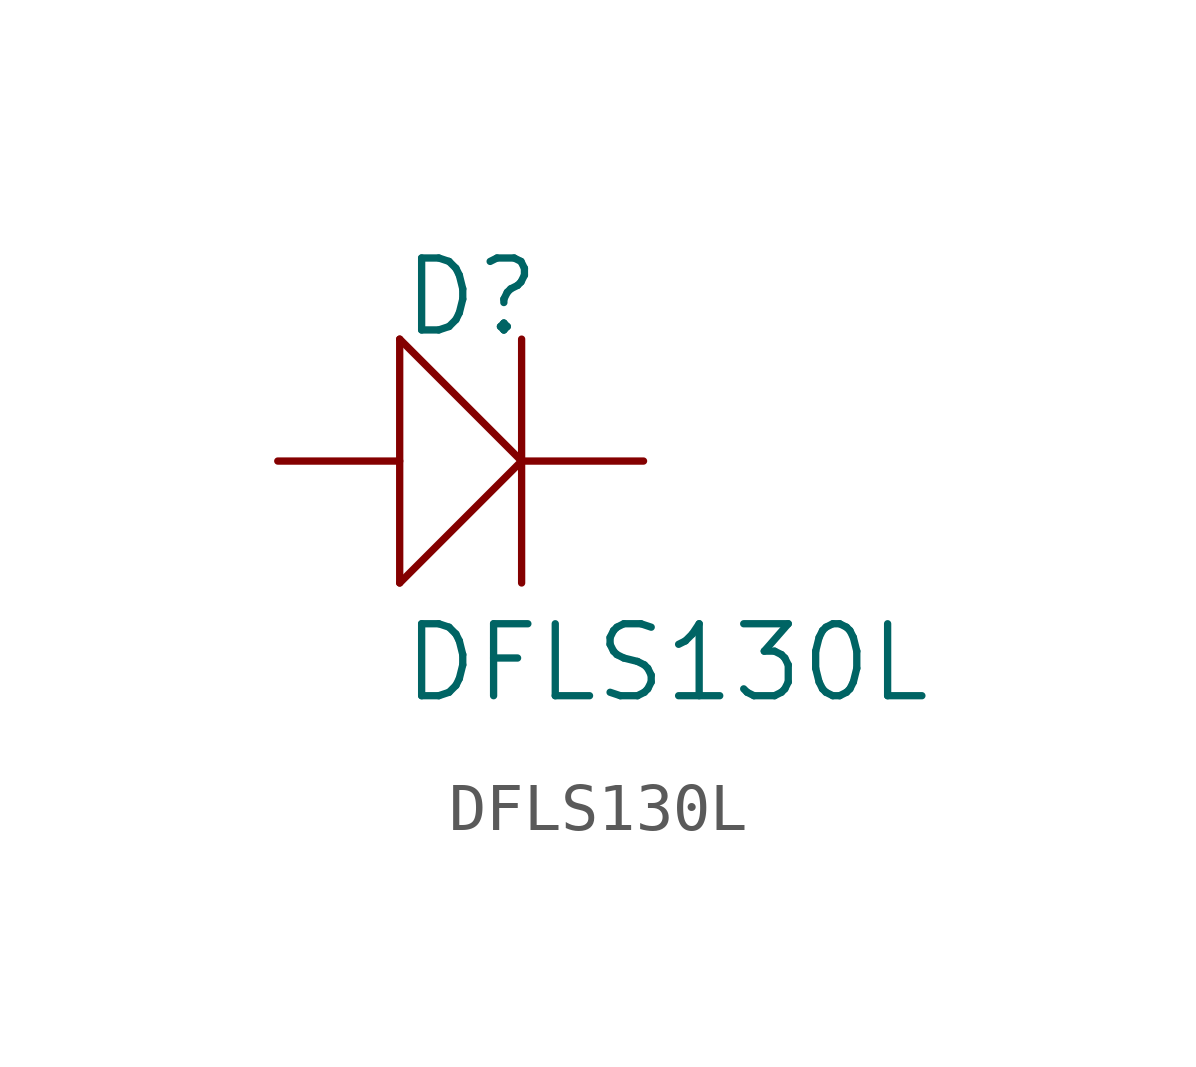
<source format=kicad_sym>
(kicad_symbol_lib
  (version 20211014)
  (generator kicad_symbol_editor)
  (symbol "DFLS130L"
    (pin_names
      (offset 1.016))
    (property "Reference" "D"
      (at 0 2.54 0)
      (effects (font (size 1.499 1.499)) (justify left bottom)))
    (property "Value" "DFLS130L"
      (at 0 -5.08 0)
      (effects (font (size 1.499 1.499)) (justify left bottom)))
    (property "ki_locked" ""
      (at 0 0 0)
      (effects (font (size 1.27 1.27))))
    (symbol "DFLS130L_1_0"
      (polyline (pts (xy 0 -2.54) (xy 2.54 0)) (stroke (width 0) (type default) (color 0 0 0 0)) (fill (type none)))
      (polyline (pts (xy 0 2.54) (xy 0 -2.54)) (stroke (width 0) (type default) (color 0 0 0 0)) (fill (type none)))
      (polyline (pts (xy 2.54 0) (xy 0 2.54)) (stroke (width 0) (type default) (color 0 0 0 0)) (fill (type none)))
      (polyline (pts (xy 2.54 2.54) (xy 2.54 -2.54)) (stroke (width 0) (type default) (color 0 0 0 0)) (fill (type none)))
      (pin bidirectional line (at -2.54 0 0) (length 2.54) (name "A" (effects (font (size 0 0)))) (number "A" (effects (font (size 0 0)))))
      (pin bidirectional line (at 5.08 0 180) (length 2.54) (name "C" (effects (font (size 0 0)))) (number "C" (effects (font (size 0 0))))))))
</source>
